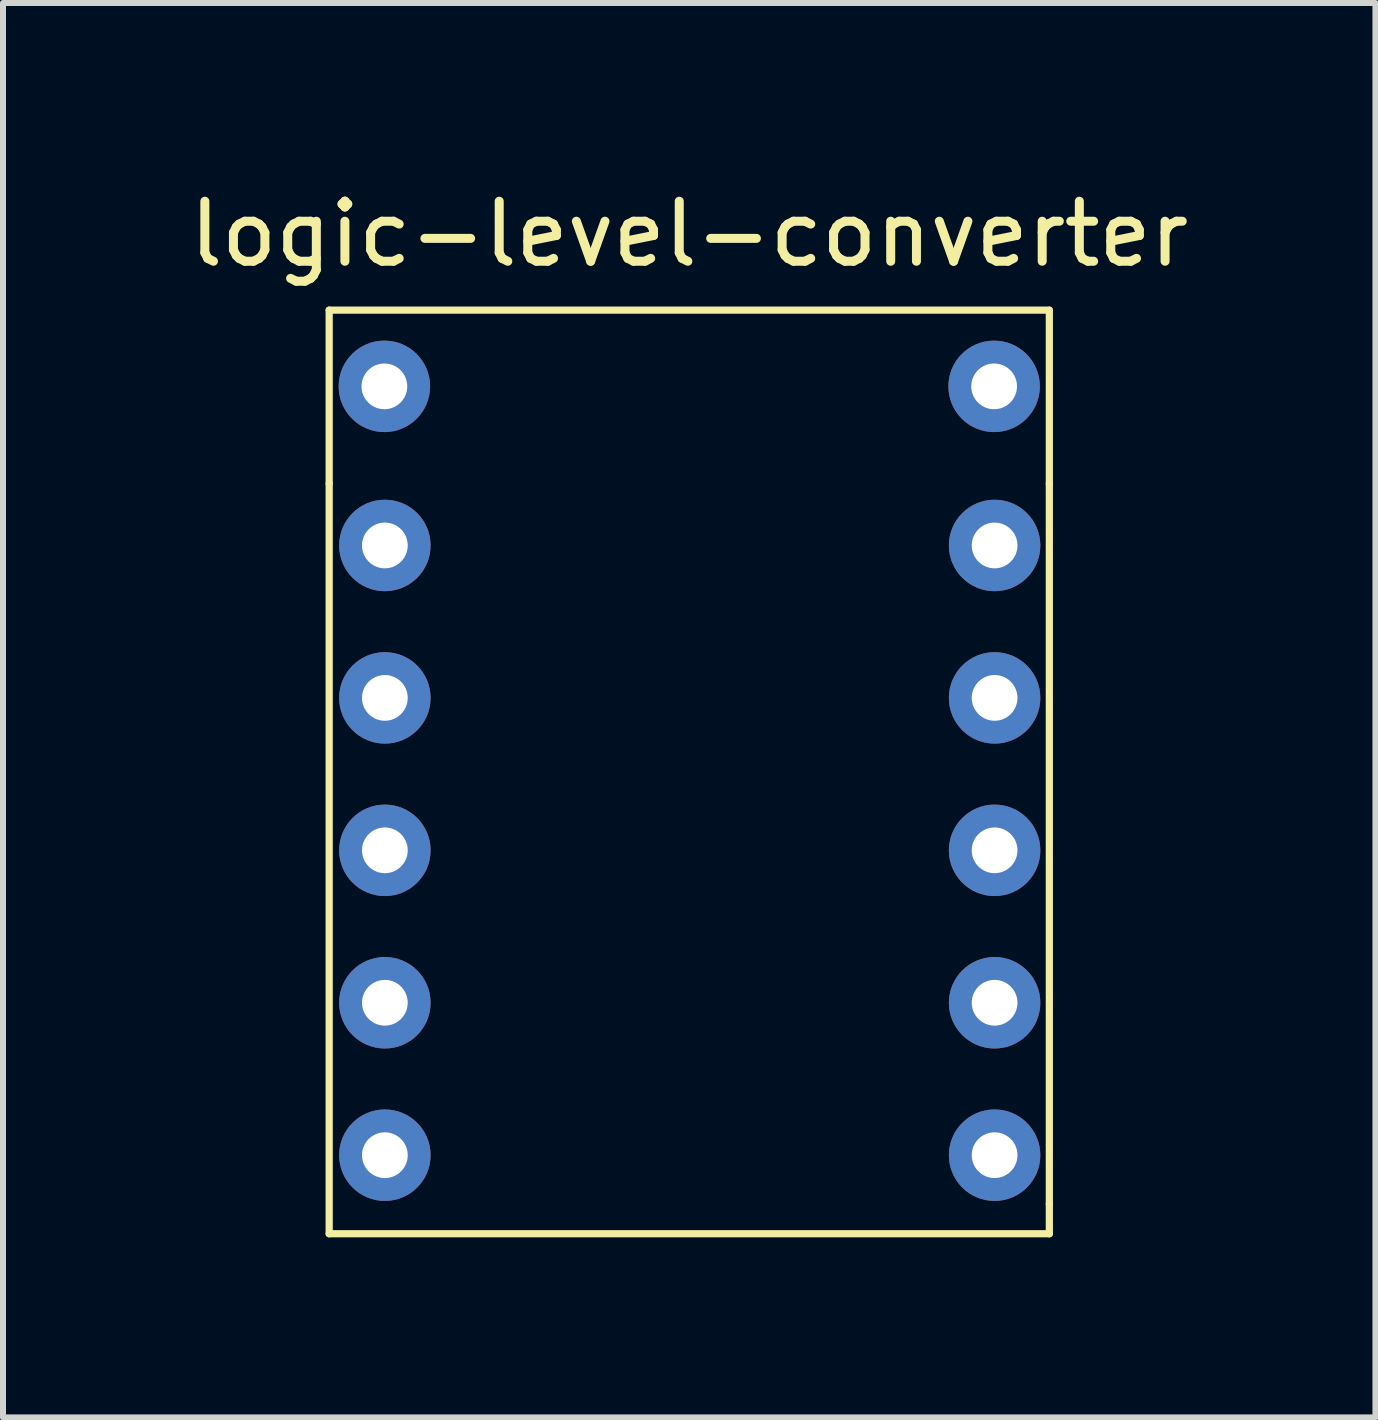
<source format=kicad_pcb>
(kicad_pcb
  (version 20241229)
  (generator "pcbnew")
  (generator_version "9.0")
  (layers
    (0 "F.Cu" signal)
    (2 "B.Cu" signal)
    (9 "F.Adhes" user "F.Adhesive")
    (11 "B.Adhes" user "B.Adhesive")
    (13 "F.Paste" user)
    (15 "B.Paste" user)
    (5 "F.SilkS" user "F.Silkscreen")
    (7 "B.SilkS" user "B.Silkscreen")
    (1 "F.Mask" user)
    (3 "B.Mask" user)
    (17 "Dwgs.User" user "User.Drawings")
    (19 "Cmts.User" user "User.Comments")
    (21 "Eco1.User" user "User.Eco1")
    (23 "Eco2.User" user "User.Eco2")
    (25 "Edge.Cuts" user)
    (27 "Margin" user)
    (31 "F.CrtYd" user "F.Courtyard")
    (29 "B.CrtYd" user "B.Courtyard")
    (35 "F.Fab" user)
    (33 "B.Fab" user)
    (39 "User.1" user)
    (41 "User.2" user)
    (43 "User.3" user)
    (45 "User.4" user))
  (footprint "logic-level-converter"
    (layer "F.Cu")
    (at 8.435 11.008)
    (property "Reference" "logic-level-converter" (at 0 -10.16 0) (layer "F.SilkS") (effects (font (size 1 1) (thickness 0.15))))
    (attr through_hole)
    (fp_line (start -6 -8.89) (end 6 -8.89) (stroke (width 0.12) (type solid)) (layer "F.SilkS"))
    (fp_line (start -6 -6) (end -6 -8.89) (stroke (width 0.12) (type solid)) (layer "F.SilkS"))
    (fp_line (start -6 6.5) (end -6 -6) (stroke (width 0.12) (type solid)) (layer "F.SilkS"))
    (fp_line (start 6 -8.89) (end 6 -6) (stroke (width 0.12) (type solid)) (layer "F.SilkS"))
    (fp_line (start 6 -6) (end 6 6) (stroke (width 0.12) (type solid)) (layer "F.SilkS"))
    (fp_line (start 6 6) (end 6 6.5) (stroke (width 0.12) (type solid)) (layer "F.SilkS"))
    (fp_line (start 6 6.5) (end -6 6.5) (stroke (width 0.12) (type solid)) (layer "F.SilkS"))
    (pad "1" thru_hole circle (at -5.08 -7.62) (size 1.524 1.524) (drill 0.762) (layers "*.Cu" "*.Mask"))
    (pad "2" thru_hole circle (at -5.072 -4.969) (size 1.524 1.524) (drill 0.762) (layers "*.Cu" "*.Mask"))
    (pad "3" thru_hole circle (at -5.072 -2.429) (size 1.524 1.524) (drill 0.762) (layers "*.Cu" "*.Mask"))
    (pad "4" thru_hole circle (at -5.072 0.111) (size 1.524 1.524) (drill 0.762) (layers "*.Cu" "*.Mask"))
    (pad "5" thru_hole circle (at -5.072 2.651) (size 1.524 1.524) (drill 0.762) (layers "*.Cu" "*.Mask"))
    (pad "6" thru_hole circle (at -5.072 5.191) (size 1.524 1.524) (drill 0.762) (layers "*.Cu" "*.Mask"))
    (pad "7" thru_hole circle (at 5.088 5.191) (size 1.524 1.524) (drill 0.762) (layers "*.Cu" "*.Mask"))
    (pad "8" thru_hole circle (at 5.088 2.651) (size 1.524 1.524) (drill 0.762) (layers "*.Cu" "*.Mask"))
    (pad "9" thru_hole circle (at 5.088 0.111) (size 1.524 1.524) (drill 0.762) (layers "*.Cu" "*.Mask"))
    (pad "10" thru_hole circle (at 5.088 -2.429) (size 1.524 1.524) (drill 0.762) (layers "*.Cu" "*.Mask"))
    (pad "11" thru_hole circle (at 5.088 -4.969) (size 1.524 1.524) (drill 0.762) (layers "*.Cu" "*.Mask"))
    (pad "12" thru_hole circle (at 5.08 -7.62) (size 1.524 1.524) (drill 0.762) (layers "*.Cu" "*.Mask")))
  (gr_rect
    (start -3 -3)
    (end 19.869 20.568)
    (stroke (width 0.1) (type default))
    (fill no)
    (layer "Edge.Cuts")))
</source>
